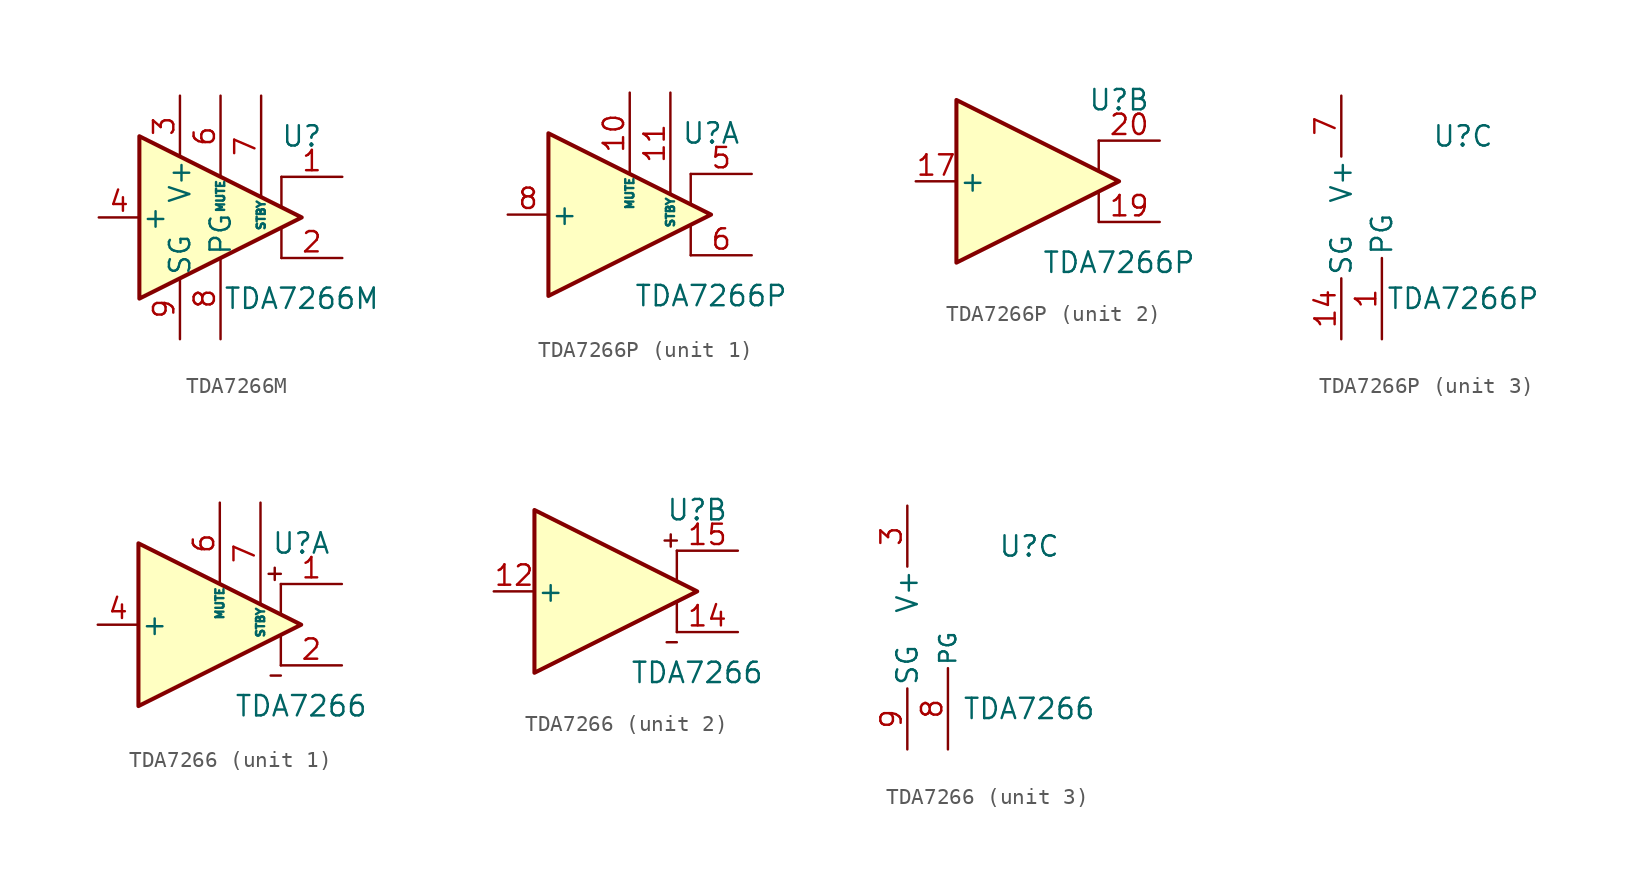
<source format=kicad_sym>
(kicad_symbol_lib
  (version 20211014)
  (generator kicad_symbol_editor)
  (symbol "TDA7266M"
    (pin_names
      (offset 0.127))
    (property "Reference" "U"
      (at 5.08 5.08 0)
      (effects (font (size 1.27 1.27))))
    (property "Value" "TDA7266M"
      (at 5.08 -5.08 0)
      (effects (font (size 1.27 1.27))))
    (symbol "TDA7266M_0_1"
      (polyline (pts (xy 3.81 -0.635) (xy 3.81 -2.54)) (stroke (width 0) (type default) (color 0 0 0 0)) (fill (type none)))
      (polyline (pts (xy 3.81 2.54) (xy 3.81 0.635)) (stroke (width 0) (type default) (color 0 0 0 0)) (fill (type none)))
      (polyline (pts (xy 5.08 0) (xy -5.08 5.08) (xy -5.08 -5.08) (xy 5.08 0)) (stroke (width 0.254) (type default) (color 0 0 0 0)) (fill (type background))))
    (symbol "TDA7266M_1_1"
      (pin output line (at 7.62 2.54 180) (length 3.81) (name "~" (effects (font (size 1.27 1.27)))) (number "1" (effects (font (size 1.27 1.27)))))
      (pin no_connect line (at 0 2.54 270) (length 2.54) hide (name "NC" (effects (font (size 1.27 1.27)))) (number "10" (effects (font (size 1.27 1.27)))))
      (pin no_connect line (at 2.54 2.54 270) (length 2.54) hide (name "NC" (effects (font (size 1.27 1.27)))) (number "11" (effects (font (size 1.27 1.27)))))
      (pin no_connect line (at -2.54 -2.54 90) (length 2.54) hide (name "NC" (effects (font (size 1.27 1.27)))) (number "12" (effects (font (size 1.27 1.27)))))
      (pin passive line (at -2.54 7.62 270) (length 3.81) hide (name "V+" (effects (font (size 1.27 1.27)))) (number "13" (effects (font (size 1.27 1.27)))))
      (pin no_connect line (at 0 -2.54 90) (length 2.54) hide (name "NC" (effects (font (size 1.27 1.27)))) (number "14" (effects (font (size 1.27 1.27)))))
      (pin no_connect line (at 2.54 -2.54 90) (length 2.54) hide (name "NC" (effects (font (size 1.27 1.27)))) (number "15" (effects (font (size 1.27 1.27)))))
      (pin output line (at 7.62 -2.54 180) (length 3.81) (name "~" (effects (font (size 1.27 1.27)))) (number "2" (effects (font (size 1.27 1.27)))))
      (pin power_in line (at -2.54 7.62 270) (length 3.81) (name "V+" (effects (font (size 1.27 1.27)))) (number "3" (effects (font (size 1.27 1.27)))))
      (pin input line (at -7.62 0 0) (length 2.54) (name "+" (effects (font (size 1.27 1.27)))) (number "4" (effects (font (size 1.27 1.27)))))
      (pin no_connect line (at -2.54 2.54 270) (length 2.54) hide (name "NC" (effects (font (size 1.27 1.27)))) (number "5" (effects (font (size 1.27 1.27)))))
      (pin input line (at 0 7.62 270) (length 5.08) (name "MUTE" (effects (font (size 0.508 0.508)))) (number "6" (effects (font (size 1.27 1.27)))))
      (pin input line (at 2.54 7.62 270) (length 6.35) (name "STBY" (effects (font (size 0.508 0.508)))) (number "7" (effects (font (size 1.27 1.27)))))
      (pin power_in line (at 0 -7.62 90) (length 5.08) (name "PG" (effects (font (size 1.27 1.27)))) (number "8" (effects (font (size 1.27 1.27)))))
      (pin power_in line (at -2.54 -7.62 90) (length 3.81) (name "SG" (effects (font (size 1.27 1.27)))) (number "9" (effects (font (size 1.27 1.27)))))))
  (symbol "TDA7266P"
    (pin_names
      (offset 0.127))
    (property "Reference" "U"
      (at 5.08 5.08 0)
      (effects (font (size 1.27 1.27))))
    (property "Value" "TDA7266P"
      (at 5.08 -5.08 0)
      (effects (font (size 1.27 1.27))))
    (property "ki_locked" ""
      (at 0 0 0)
      (effects (font (size 1.27 1.27))))
    (symbol "TDA7266P_1_1"
      (polyline (pts (xy 3.81 -0.635) (xy 3.81 -2.54)) (stroke (width 0) (type default) (color 0 0 0 0)) (fill (type none)))
      (polyline (pts (xy 3.81 2.54) (xy 3.81 0.635)) (stroke (width 0) (type default) (color 0 0 0 0)) (fill (type none)))
      (polyline (pts (xy 5.08 0) (xy -5.08 5.08) (xy -5.08 -5.08) (xy 5.08 0)) (stroke (width 0.254) (type default) (color 0 0 0 0)) (fill (type background)))
      (pin input line (at 0 7.62 270) (length 5.08) (name "MUTE" (effects (font (size 0.508 0.508)))) (number "10" (effects (font (size 1.27 1.27)))))
      (pin input line (at 2.54 7.62 270) (length 6.35) (name "STBY" (effects (font (size 0.508 0.508)))) (number "11" (effects (font (size 1.27 1.27)))))
      (pin no_connect line (at -2.54 0 270) (length 2.54) hide (name "NC" (effects (font (size 1.27 1.27)))) (number "12" (effects (font (size 1.27 1.27)))))
      (pin no_connect line (at 0 0 270) (length 2.54) hide (name "NC" (effects (font (size 1.27 1.27)))) (number "13" (effects (font (size 1.27 1.27)))))
      (pin no_connect line (at 2.54 0 270) (length 2.54) hide (name "NC" (effects (font (size 1.27 1.27)))) (number "15" (effects (font (size 1.27 1.27)))))
      (pin no_connect line (at -5.08 -2.54 90) (length 2.54) hide (name "NC" (effects (font (size 1.27 1.27)))) (number "16" (effects (font (size 1.27 1.27)))))
      (pin no_connect line (at -5.08 2.54 270) (length 2.54) hide (name "NC" (effects (font (size 1.27 1.27)))) (number "2" (effects (font (size 1.27 1.27)))))
      (pin no_connect line (at -2.54 -2.54 90) (length 2.54) hide (name "NC" (effects (font (size 1.27 1.27)))) (number "21" (effects (font (size 1.27 1.27)))))
      (pin no_connect line (at 0 -2.54 90) (length 2.54) hide (name "NC" (effects (font (size 1.27 1.27)))) (number "22" (effects (font (size 1.27 1.27)))))
      (pin no_connect line (at 2.54 -2.54 90) (length 2.54) hide (name "NC" (effects (font (size 1.27 1.27)))) (number "23" (effects (font (size 1.27 1.27)))))
      (pin no_connect line (at -2.54 2.54 270) (length 2.54) hide (name "NC" (effects (font (size 1.27 1.27)))) (number "3" (effects (font (size 1.27 1.27)))))
      (pin no_connect line (at 0 2.54 270) (length 2.54) hide (name "NC" (effects (font (size 1.27 1.27)))) (number "4" (effects (font (size 1.27 1.27)))))
      (pin output line (at 7.62 2.54 180) (length 3.81) (name "~" (effects (font (size 1.27 1.27)))) (number "5" (effects (font (size 1.27 1.27)))))
      (pin output line (at 7.62 -2.54 180) (length 3.81) (name "~" (effects (font (size 1.27 1.27)))) (number "6" (effects (font (size 1.27 1.27)))))
      (pin input line (at -7.62 0 0) (length 2.54) (name "+" (effects (font (size 1.27 1.27)))) (number "8" (effects (font (size 1.27 1.27)))))
      (pin no_connect line (at 2.54 2.54 270) (length 2.54) hide (name "NC" (effects (font (size 1.27 1.27)))) (number "9" (effects (font (size 1.27 1.27))))))
    (symbol "TDA7266P_2_1"
      (polyline (pts (xy 3.81 -0.635) (xy 3.81 -2.54)) (stroke (width 0) (type default) (color 0 0 0 0)) (fill (type none)))
      (polyline (pts (xy 3.81 2.54) (xy 3.81 0.635)) (stroke (width 0) (type default) (color 0 0 0 0)) (fill (type none)))
      (polyline (pts (xy 5.08 0) (xy -5.08 5.08) (xy -5.08 -5.08) (xy 5.08 0)) (stroke (width 0.254) (type default) (color 0 0 0 0)) (fill (type background)))
      (pin input line (at -7.62 0 0) (length 2.54) (name "+" (effects (font (size 1.27 1.27)))) (number "17" (effects (font (size 1.27 1.27)))))
      (pin output line (at 7.62 -2.54 180) (length 3.81) (name "~" (effects (font (size 1.27 1.27)))) (number "19" (effects (font (size 1.27 1.27)))))
      (pin output line (at 7.62 2.54 180) (length 3.81) (name "~" (effects (font (size 1.27 1.27)))) (number "20" (effects (font (size 1.27 1.27))))))
    (symbol "TDA7266P_3_1"
      (pin power_in line (at 0 -7.62 90) (length 5.08) (name "PG" (effects (font (size 1.27 1.27)))) (number "1" (effects (font (size 1.27 1.27)))))
      (pin power_in line (at -2.54 -7.62 90) (length 3.81) (name "SG" (effects (font (size 1.27 1.27)))) (number "14" (effects (font (size 1.27 1.27)))))
      (pin passive line (at -2.54 7.62 270) (length 3.81) hide (name "V+" (effects (font (size 1.27 1.27)))) (number "18" (effects (font (size 1.27 1.27)))))
      (pin passive line (at 0 -7.62 90) (length 5.08) hide (name "PG" (effects (font (size 1.27 1.27)))) (number "24" (effects (font (size 1.27 1.27)))))
      (pin power_in line (at -2.54 7.62 270) (length 3.81) (name "V+" (effects (font (size 1.27 1.27)))) (number "7" (effects (font (size 1.27 1.27)))))))
  (symbol "TDA7266"
    (pin_names
      (offset 0.127))
    (property "Reference" "U"
      (at 5.08 5.08 0)
      (effects (font (size 1.27 1.27))))
    (property "Value" "TDA7266"
      (at 5.08 -5.08 0)
      (effects (font (size 1.27 1.27))))
    (property "ki_locked" ""
      (at 0 0 0)
      (effects (font (size 1.27 1.27))))
    (symbol "TDA7266_1_1"
      (polyline (pts (xy 3.048 3.175) (xy 3.81 3.175)) (stroke (width 0) (type default) (color 0 0 0 0)) (fill (type none)))
      (polyline (pts (xy 3.175 -3.175) (xy 3.81 -3.175)) (stroke (width 0) (type default) (color 0 0 0 0)) (fill (type none)))
      (polyline (pts (xy 3.429 2.794) (xy 3.429 3.556)) (stroke (width 0) (type default) (color 0 0 0 0)) (fill (type none)))
      (polyline (pts (xy 3.81 -0.635) (xy 3.81 -2.54)) (stroke (width 0) (type default) (color 0 0 0 0)) (fill (type none)))
      (polyline (pts (xy 3.81 2.54) (xy 3.81 0.635)) (stroke (width 0) (type default) (color 0 0 0 0)) (fill (type none)))
      (polyline (pts (xy 5.08 0) (xy -5.08 5.08) (xy -5.08 -5.08) (xy 5.08 0)) (stroke (width 0.254) (type default) (color 0 0 0 0)) (fill (type background)))
      (pin output line (at 7.62 2.54 180) (length 3.81) (name "~" (effects (font (size 1.27 1.27)))) (number "1" (effects (font (size 1.27 1.27)))))
      (pin no_connect line (at 0 2.54 270) (length 2.54) hide (name "NC" (effects (font (size 1.27 1.27)))) (number "10" (effects (font (size 1.27 1.27)))))
      (pin no_connect line (at 2.54 2.54 270) (length 2.54) hide (name "NC" (effects (font (size 1.27 1.27)))) (number "11" (effects (font (size 1.27 1.27)))))
      (pin output line (at 7.62 -2.54 180) (length 3.81) (name "~" (effects (font (size 1.27 1.27)))) (number "2" (effects (font (size 1.27 1.27)))))
      (pin input line (at -7.62 0 0) (length 2.54) (name "+" (effects (font (size 1.27 1.27)))) (number "4" (effects (font (size 1.27 1.27)))))
      (pin no_connect line (at -2.54 2.54 270) (length 2.54) hide (name "NC" (effects (font (size 1.27 1.27)))) (number "5" (effects (font (size 1.27 1.27)))))
      (pin input line (at 0 7.62 270) (length 5.08) (name "MUTE" (effects (font (size 0.508 0.508)))) (number "6" (effects (font (size 1.27 1.27)))))
      (pin input line (at 2.54 7.62 270) (length 6.35) (name "STBY" (effects (font (size 0.508 0.508)))) (number "7" (effects (font (size 1.27 1.27))))))
    (symbol "TDA7266_2_1"
      (polyline (pts (xy 3.048 3.175) (xy 3.81 3.175)) (stroke (width 0) (type default) (color 0 0 0 0)) (fill (type none)))
      (polyline (pts (xy 3.175 -3.175) (xy 3.81 -3.175)) (stroke (width 0) (type default) (color 0 0 0 0)) (fill (type none)))
      (polyline (pts (xy 3.429 2.794) (xy 3.429 3.556)) (stroke (width 0) (type default) (color 0 0 0 0)) (fill (type none)))
      (polyline (pts (xy 3.81 -0.635) (xy 3.81 -2.54)) (stroke (width 0) (type default) (color 0 0 0 0)) (fill (type none)))
      (polyline (pts (xy 3.81 2.54) (xy 3.81 0.635)) (stroke (width 0) (type default) (color 0 0 0 0)) (fill (type none)))
      (polyline (pts (xy 5.08 0) (xy -5.08 5.08) (xy -5.08 -5.08) (xy 5.08 0)) (stroke (width 0.254) (type default) (color 0 0 0 0)) (fill (type background)))
      (pin input line (at -7.62 0 0) (length 2.54) (name "+" (effects (font (size 1.27 1.27)))) (number "12" (effects (font (size 1.27 1.27)))))
      (pin output line (at 7.62 -2.54 180) (length 3.81) (name "~" (effects (font (size 1.27 1.27)))) (number "14" (effects (font (size 1.27 1.27)))))
      (pin output line (at 7.62 2.54 180) (length 3.81) (name "~" (effects (font (size 1.27 1.27)))) (number "15" (effects (font (size 1.27 1.27))))))
    (symbol "TDA7266_3_1"
      (pin passive line (at -2.54 7.62 270) (length 3.81) hide (name "V+" (effects (font (size 1.27 1.27)))) (number "13" (effects (font (size 1.27 1.27)))))
      (pin power_in line (at -2.54 7.62 270) (length 3.81) (name "V+" (effects (font (size 1.27 1.27)))) (number "3" (effects (font (size 1.27 1.27)))))
      (pin power_in line (at 0 -7.62 90) (length 5.08) (name "PG" (effects (font (size 1.016 1.016)))) (number "8" (effects (font (size 1.27 1.27)))))
      (pin power_in line (at -2.54 -7.62 90) (length 3.81) (name "SG" (effects (font (size 1.27 1.27)))) (number "9" (effects (font (size 1.27 1.27))))))))
</source>
